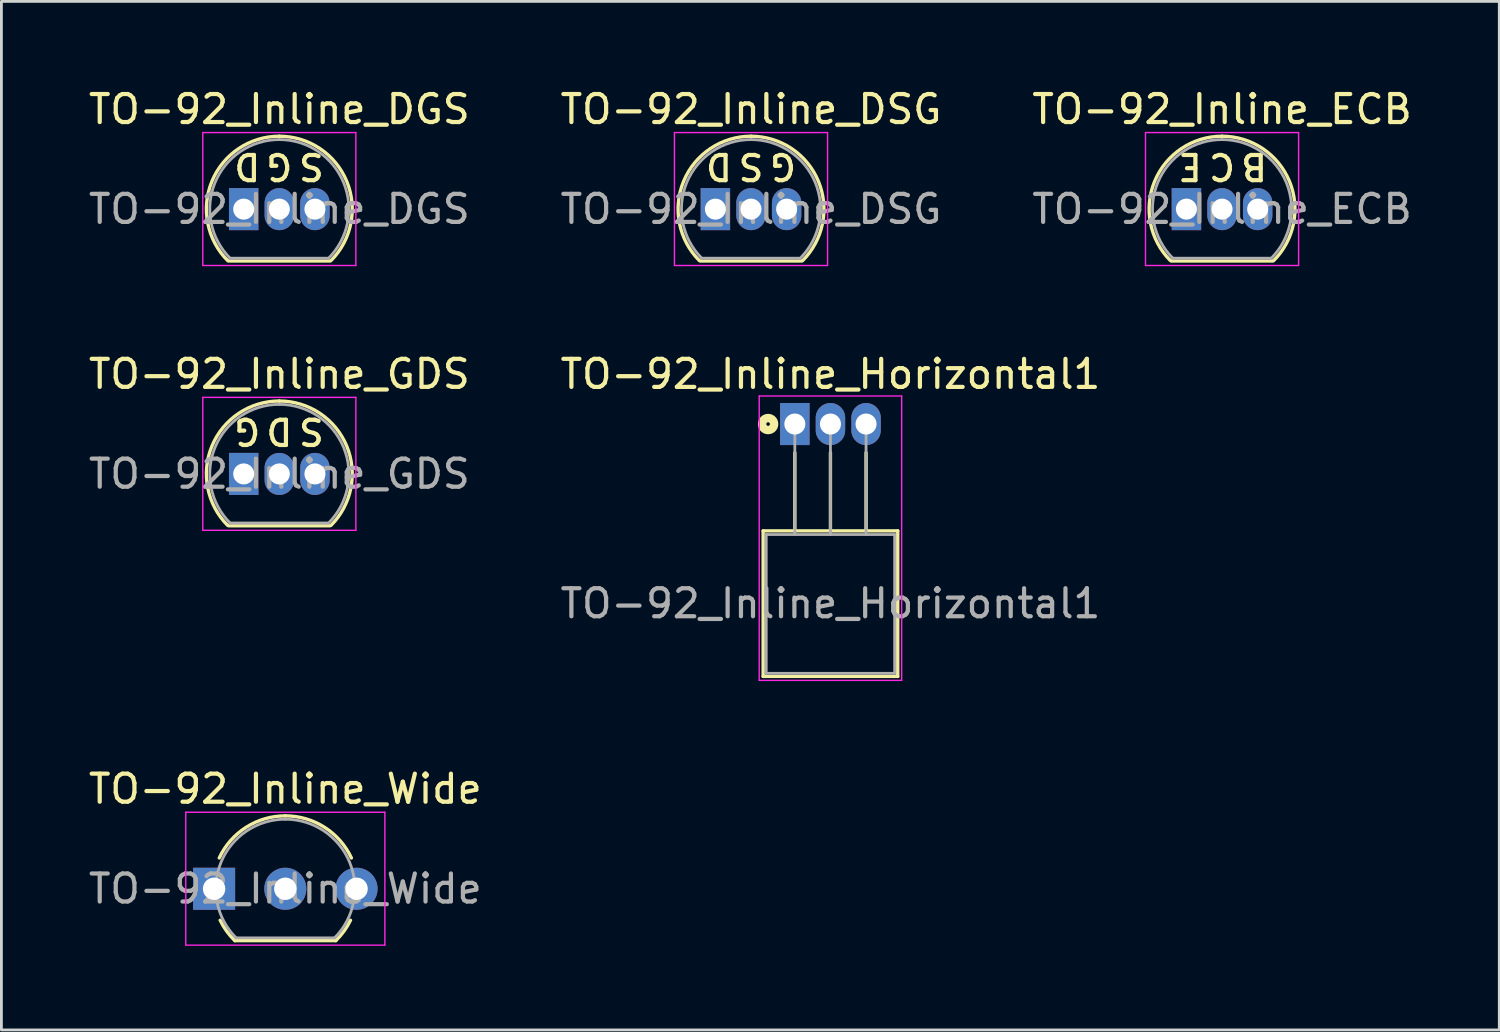
<source format=kicad_pcb>
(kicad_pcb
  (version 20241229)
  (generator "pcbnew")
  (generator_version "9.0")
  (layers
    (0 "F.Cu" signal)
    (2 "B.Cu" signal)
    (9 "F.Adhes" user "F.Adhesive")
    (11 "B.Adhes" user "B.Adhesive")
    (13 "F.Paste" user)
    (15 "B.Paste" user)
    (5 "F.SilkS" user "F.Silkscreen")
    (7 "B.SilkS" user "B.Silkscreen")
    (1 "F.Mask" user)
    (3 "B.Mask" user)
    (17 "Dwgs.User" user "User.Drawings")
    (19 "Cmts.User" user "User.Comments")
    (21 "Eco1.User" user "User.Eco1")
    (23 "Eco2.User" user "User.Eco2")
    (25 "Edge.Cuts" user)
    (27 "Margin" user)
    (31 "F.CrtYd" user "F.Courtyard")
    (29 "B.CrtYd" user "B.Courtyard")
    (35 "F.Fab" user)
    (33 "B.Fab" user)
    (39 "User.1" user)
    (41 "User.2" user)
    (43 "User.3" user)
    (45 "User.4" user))
  (footprint "TO-92_Inline_ECB"
    (layer "F.Cu")
    (at 39.26 4.408)
    (property "Reference" "TO-92_Inline_ECB" (at 1.27 -3.56 0) (layer "F.SilkS") (effects (font (size 1 1) (thickness 0.15))))
    (fp_line (start -0.53 1.85) (end 3.07 1.85) (stroke (width 0.12) (type solid)) (layer "F.SilkS"))
    (fp_arc (start -0.568478 1.838478) (mid -1.132087 -0.994977) (end 1.27 -2.6) (stroke (width 0.12) (type solid)) (layer "F.SilkS"))
    (fp_arc (start 1.27 -2.6) (mid 3.672087 -0.994977) (end 3.108478 1.838478) (stroke (width 0.12) (type solid)) (layer "F.SilkS"))
    (fp_line (start -1.46 -2.73) (end -1.46 2.01) (stroke (width 0.05) (type solid)) (layer "F.CrtYd"))
    (fp_line (start -1.46 -2.73) (end 4 -2.73) (stroke (width 0.05) (type solid)) (layer "F.CrtYd"))
    (fp_line (start 4 2.01) (end -1.46 2.01) (stroke (width 0.05) (type solid)) (layer "F.CrtYd"))
    (fp_line (start 4 2.01) (end 4 -2.73) (stroke (width 0.05) (type solid)) (layer "F.CrtYd"))
    (fp_line (start -0.5 1.75) (end 3 1.75) (stroke (width 0.1) (type solid)) (layer "F.Fab"))
    (fp_arc (start -0.483625 1.753625) (mid -1.021221 -0.949055) (end 1.27 -2.48) (stroke (width 0.1) (type solid)) (layer "F.Fab"))
    (fp_arc (start 1.27 -2.48) (mid 3.561221 -0.949055) (end 3.023625 1.753625) (stroke (width 0.1) (type solid)) (layer "F.Fab"))
    (fp_text user "C" (at 1.27 -1.524 180) (unlocked yes) (layer "F.SilkS") (effects (font (size 0.9 0.9) (thickness 0.15))))
    (fp_text user "B" (at 2.413 -1.524 180) (unlocked yes) (layer "F.SilkS") (effects (font (size 0.9 0.9) (thickness 0.15))))
    (fp_text user "E" (at 0.127 -1.524 180) (unlocked yes) (layer "F.SilkS") (effects (font (size 0.9 0.9) (thickness 0.15))))
    (fp_text user "${REFERENCE}" (at 1.27 0 0) (layer "F.Fab") (effects (font (size 1 1) (thickness 0.15))))
    (pad "1" thru_hole rect (at 0 0) (size 1.05 1.5) (drill 0.75) (layers "*.Cu" "*.Mask"))
    (pad "2" thru_hole oval (at 1.27 0) (size 1.05 1.5) (drill 0.75) (layers "*.Cu" "*.Mask"))
    (pad "3" thru_hole oval (at 2.54 0) (size 1.05 1.5) (drill 0.75) (layers "*.Cu" "*.Mask")))
  (footprint "TO-92_Inline_Wide"
    (layer "F.Cu")
    (at 4.585 28.645)
    (property "Reference" "TO-92_Inline_Wide" (at 2.54 -3.56 0) (layer "F.SilkS") (effects (font (size 1 1) (thickness 0.15))))
    (attr through_hole)
    (fp_line (start 0.74 1.85) (end 4.34 1.85) (stroke (width 0.12) (type solid)) (layer "F.SilkS"))
    (fp_arc (start 0.1836 -1.098807) (mid 1.143021 -2.192817) (end 2.54 -2.6) (stroke (width 0.12) (type solid)) (layer "F.SilkS"))
    (fp_arc (start 0.74 1.85) (mid 0.446097 1.509328) (end 0.215816 1.122795) (stroke (width 0.12) (type solid)) (layer "F.SilkS"))
    (fp_arc (start 2.54 -2.6) (mid 3.936979 -2.192818) (end 4.8964 -1.098807) (stroke (width 0.12) (type solid)) (layer "F.SilkS"))
    (fp_arc (start 4.864184 1.122795) (mid 4.633903 1.509328) (end 4.34 1.85) (stroke (width 0.12) (type solid)) (layer "F.SilkS"))
    (fp_line (start -1.01 -2.73) (end -1.01 2.01) (stroke (width 0.05) (type solid)) (layer "F.CrtYd"))
    (fp_line (start -1.01 -2.73) (end 6.09 -2.73) (stroke (width 0.05) (type solid)) (layer "F.CrtYd"))
    (fp_line (start 6.09 2.01) (end -1.01 2.01) (stroke (width 0.05) (type solid)) (layer "F.CrtYd"))
    (fp_line (start 6.09 2.01) (end 6.09 -2.73) (stroke (width 0.05) (type solid)) (layer "F.CrtYd"))
    (fp_line (start 0.8 1.75) (end 4.3 1.75) (stroke (width 0.1) (type solid)) (layer "F.Fab"))
    (fp_arc (start 0.786375 1.753625) (mid 0.248779 -0.949055) (end 2.54 -2.48) (stroke (width 0.1) (type solid)) (layer "F.Fab"))
    (fp_arc (start 2.54 -2.48) (mid 4.831221 -0.949055) (end 4.293625 1.753625) (stroke (width 0.1) (type solid)) (layer "F.Fab"))
    (fp_text user "${REFERENCE}" (at 2.54 0 0) (layer "F.Fab") (effects (font (size 1 1) (thickness 0.15))))
    (pad "1" thru_hole rect (at 0 0 90) (size 1.5 1.5) (drill 0.8) (layers "*.Cu" "*.Mask"))
    (pad "2" thru_hole circle (at 2.54 0 90) (size 1.5 1.5) (drill 0.8) (layers "*.Cu" "*.Mask"))
    (pad "3" thru_hole circle (at 5.08 0 90) (size 1.5 1.5) (drill 0.8) (layers "*.Cu" "*.Mask")))
  (footprint "TO-92_Inline_DGS"
    (layer "F.Cu")
    (at 5.641 4.408)
    (property "Reference" "TO-92_Inline_DGS" (at 1.27 -3.56 0) (layer "F.SilkS") (effects (font (size 1 1) (thickness 0.15))))
    (fp_line (start -0.53 1.85) (end 3.07 1.85) (stroke (width 0.12) (type solid)) (layer "F.SilkS"))
    (fp_arc (start -0.568478 1.838478) (mid -1.132087 -0.994977) (end 1.27 -2.6) (stroke (width 0.12) (type solid)) (layer "F.SilkS"))
    (fp_arc (start 1.27 -2.6) (mid 3.672087 -0.994977) (end 3.108478 1.838478) (stroke (width 0.12) (type solid)) (layer "F.SilkS"))
    (fp_line (start -1.46 -2.73) (end -1.46 2.01) (stroke (width 0.05) (type solid)) (layer "F.CrtYd"))
    (fp_line (start -1.46 -2.73) (end 4 -2.73) (stroke (width 0.05) (type solid)) (layer "F.CrtYd"))
    (fp_line (start 4 2.01) (end -1.46 2.01) (stroke (width 0.05) (type solid)) (layer "F.CrtYd"))
    (fp_line (start 4 2.01) (end 4 -2.73) (stroke (width 0.05) (type solid)) (layer "F.CrtYd"))
    (fp_line (start -0.5 1.75) (end 3 1.75) (stroke (width 0.1) (type solid)) (layer "F.Fab"))
    (fp_arc (start -0.483625 1.753625) (mid -1.021221 -0.949055) (end 1.27 -2.48) (stroke (width 0.1) (type solid)) (layer "F.Fab"))
    (fp_arc (start 1.27 -2.48) (mid 3.561221 -0.949055) (end 3.023625 1.753625) (stroke (width 0.1) (type solid)) (layer "F.Fab"))
    (fp_text user "G" (at 1.27 -1.524 180) (unlocked yes) (layer "F.SilkS") (effects (font (size 0.9 0.9) (thickness 0.15))))
    (fp_text user "D" (at 0.127 -1.524 180) (unlocked yes) (layer "F.SilkS") (effects (font (size 0.9 0.9) (thickness 0.15))))
    (fp_text user "S" (at 2.413 -1.524 180) (unlocked yes) (layer "F.SilkS") (effects (font (size 0.9 0.9) (thickness 0.15))))
    (fp_text user "${REFERENCE}" (at 1.27 0 0) (layer "F.Fab") (effects (font (size 1 1) (thickness 0.15))))
    (pad "1" thru_hole rect (at 0 0) (size 1.05 1.5) (drill 0.75) (layers "*.Cu" "*.Mask"))
    (pad "2" thru_hole oval (at 1.27 0) (size 1.05 1.5) (drill 0.75) (layers "*.Cu" "*.Mask"))
    (pad "3" thru_hole oval (at 2.54 0) (size 1.05 1.5) (drill 0.75) (layers "*.Cu" "*.Mask")))
  (footprint "TO-92_Inline_Horizontal1"
    (layer "F.Cu")
    (at 25.295 12.072)
    (property "Reference" "TO-92_Inline_Horizontal1" (at 1.27 -1.78 0) (layer "F.SilkS") (effects (font (size 1 1) (thickness 0.15))))
    (attr through_hole)
    (fp_line (start -1.13 3.81) (end 3.67 3.81) (stroke (width 0.12) (type solid)) (layer "F.SilkS"))
    (fp_line (start -1.13 9) (end -1.13 3.81) (stroke (width 0.12) (type solid)) (layer "F.SilkS"))
    (fp_line (start 0 1.02) (end 0 3.81) (stroke (width 0.12) (type solid)) (layer "F.SilkS"))
    (fp_line (start 1.27 1.02) (end 1.27 3.81) (stroke (width 0.12) (type solid)) (layer "F.SilkS"))
    (fp_line (start 2.54 1.02) (end 2.54 3.81) (stroke (width 0.12) (type solid)) (layer "F.SilkS"))
    (fp_line (start 3.67 3.81) (end 3.67 9) (stroke (width 0.12) (type solid)) (layer "F.SilkS"))
    (fp_line (start 3.67 9) (end -1.13 9) (stroke (width 0.12) (type solid)) (layer "F.SilkS"))
    (fp_circle (center -0.953 0) (end -0.889 0) (stroke (width 0.3) (type solid)) (fill no) (layer "F.SilkS"))
    (fp_line (start -1.27 -1) (end -1.27 9.14) (stroke (width 0.05) (type solid)) (layer "F.CrtYd"))
    (fp_line (start -1.27 -1) (end 3.81 -1) (stroke (width 0.05) (type solid)) (layer "F.CrtYd"))
    (fp_line (start 3.81 9.14) (end -1.27 9.14) (stroke (width 0.05) (type solid)) (layer "F.CrtYd"))
    (fp_line (start 3.81 9.14) (end 3.81 -1) (stroke (width 0.05) (type solid)) (layer "F.CrtYd"))
    (fp_line (start -1.02 3.94) (end 3.56 3.94) (stroke (width 0.1) (type solid)) (layer "F.Fab"))
    (fp_line (start -1.02 8.89) (end -1.02 3.94) (stroke (width 0.1) (type solid)) (layer "F.Fab"))
    (fp_line (start 0 3.94) (end 0 0) (stroke (width 0.1) (type solid)) (layer "F.Fab"))
    (fp_line (start 1.27 3.94) (end 1.27 0) (stroke (width 0.1) (type solid)) (layer "F.Fab"))
    (fp_line (start 2.54 3.94) (end 2.54 0) (stroke (width 0.1) (type solid)) (layer "F.Fab"))
    (fp_line (start 3.56 3.94) (end 3.56 8.89) (stroke (width 0.1) (type solid)) (layer "F.Fab"))
    (fp_line (start 3.56 8.89) (end -1.02 8.89) (stroke (width 0.1) (type solid)) (layer "F.Fab"))
    (fp_text user "${REFERENCE}" (at 1.27 6.4 0) (layer "F.Fab") (effects (font (size 1 1) (thickness 0.15))))
    (pad "1" thru_hole rect (at 0 0) (size 1.05 1.5) (drill 0.75) (layers "*.Cu" "*.Mask"))
    (pad "2" thru_hole oval (at 1.27 0) (size 1.05 1.5) (drill 0.75) (layers "*.Cu" "*.Mask"))
    (pad "3" thru_hole oval (at 2.54 0) (size 1.05 1.5) (drill 0.75) (layers "*.Cu" "*.Mask")))
  (footprint "TO-92_Inline_DSG"
    (layer "F.Cu")
    (at 22.462 4.408)
    (property "Reference" "TO-92_Inline_DSG" (at 1.27 -3.56 0) (layer "F.SilkS") (effects (font (size 1 1) (thickness 0.15))))
    (fp_line (start -0.53 1.85) (end 3.07 1.85) (stroke (width 0.12) (type solid)) (layer "F.SilkS"))
    (fp_arc (start -0.568478 1.838478) (mid -1.132087 -0.994977) (end 1.27 -2.6) (stroke (width 0.12) (type solid)) (layer "F.SilkS"))
    (fp_arc (start 1.27 -2.6) (mid 3.672087 -0.994977) (end 3.108478 1.838478) (stroke (width 0.12) (type solid)) (layer "F.SilkS"))
    (fp_line (start -1.46 -2.73) (end -1.46 2.01) (stroke (width 0.05) (type solid)) (layer "F.CrtYd"))
    (fp_line (start -1.46 -2.73) (end 4 -2.73) (stroke (width 0.05) (type solid)) (layer "F.CrtYd"))
    (fp_line (start 4 2.01) (end -1.46 2.01) (stroke (width 0.05) (type solid)) (layer "F.CrtYd"))
    (fp_line (start 4 2.01) (end 4 -2.73) (stroke (width 0.05) (type solid)) (layer "F.CrtYd"))
    (fp_line (start -0.5 1.75) (end 3 1.75) (stroke (width 0.1) (type solid)) (layer "F.Fab"))
    (fp_arc (start -0.483625 1.753625) (mid -1.021221 -0.949055) (end 1.27 -2.48) (stroke (width 0.1) (type solid)) (layer "F.Fab"))
    (fp_arc (start 1.27 -2.48) (mid 3.561221 -0.949055) (end 3.023625 1.753625) (stroke (width 0.1) (type solid)) (layer "F.Fab"))
    (fp_text user "D" (at 0.127 -1.524 180) (unlocked yes) (layer "F.SilkS") (effects (font (size 0.9 0.9) (thickness 0.15))))
    (fp_text user "G" (at 2.413 -1.524 180) (unlocked yes) (layer "F.SilkS") (effects (font (size 0.9 0.9) (thickness 0.15))))
    (fp_text user "S" (at 1.27 -1.524 180) (unlocked yes) (layer "F.SilkS") (effects (font (size 0.9 0.9) (thickness 0.15))))
    (fp_text user "${REFERENCE}" (at 1.27 0 0) (layer "F.Fab") (effects (font (size 1 1) (thickness 0.15))))
    (pad "1" thru_hole rect (at 0 0) (size 1.05 1.5) (drill 0.75) (layers "*.Cu" "*.Mask"))
    (pad "2" thru_hole oval (at 1.27 0) (size 1.05 1.5) (drill 0.75) (layers "*.Cu" "*.Mask"))
    (pad "3" thru_hole oval (at 2.54 0) (size 1.05 1.5) (drill 0.75) (layers "*.Cu" "*.Mask")))
  (footprint "TO-92_Inline_GDS"
    (layer "F.Cu")
    (at 5.641 13.851)
    (property "Reference" "TO-92_Inline_GDS" (at 1.27 -3.56 0) (layer "F.SilkS") (effects (font (size 1 1) (thickness 0.15))))
    (fp_line (start -0.53 1.85) (end 3.07 1.85) (stroke (width 0.12) (type solid)) (layer "F.SilkS"))
    (fp_arc (start -0.568478 1.838478) (mid -1.132087 -0.994977) (end 1.27 -2.6) (stroke (width 0.12) (type solid)) (layer "F.SilkS"))
    (fp_arc (start 1.27 -2.6) (mid 3.672087 -0.994977) (end 3.108478 1.838478) (stroke (width 0.12) (type solid)) (layer "F.SilkS"))
    (fp_line (start -1.46 -2.73) (end -1.46 2.01) (stroke (width 0.05) (type solid)) (layer "F.CrtYd"))
    (fp_line (start -1.46 -2.73) (end 4 -2.73) (stroke (width 0.05) (type solid)) (layer "F.CrtYd"))
    (fp_line (start 4 2.01) (end -1.46 2.01) (stroke (width 0.05) (type solid)) (layer "F.CrtYd"))
    (fp_line (start 4 2.01) (end 4 -2.73) (stroke (width 0.05) (type solid)) (layer "F.CrtYd"))
    (fp_line (start -0.5 1.75) (end 3 1.75) (stroke (width 0.1) (type solid)) (layer "F.Fab"))
    (fp_arc (start -0.483625 1.753625) (mid -1.021221 -0.949055) (end 1.27 -2.48) (stroke (width 0.1) (type solid)) (layer "F.Fab"))
    (fp_arc (start 1.27 -2.48) (mid 3.561221 -0.949055) (end 3.023625 1.753625) (stroke (width 0.1) (type solid)) (layer "F.Fab"))
    (fp_text user "G" (at 0.127 -1.524 180) (unlocked yes) (layer "F.SilkS") (effects (font (size 0.9 0.9) (thickness 0.15))))
    (fp_text user "D" (at 1.27 -1.524 180) (unlocked yes) (layer "F.SilkS") (effects (font (size 0.9 0.9) (thickness 0.15))))
    (fp_text user "S" (at 2.413 -1.524 180) (unlocked yes) (layer "F.SilkS") (effects (font (size 0.9 0.9) (thickness 0.15))))
    (fp_text user "${REFERENCE}" (at 1.27 0 0) (layer "F.Fab") (effects (font (size 1 1) (thickness 0.15))))
    (pad "1" thru_hole rect (at 0 0) (size 1.05 1.5) (drill 0.75) (layers "*.Cu" "*.Mask"))
    (pad "2" thru_hole oval (at 1.27 0) (size 1.05 1.5) (drill 0.75) (layers "*.Cu" "*.Mask"))
    (pad "3" thru_hole oval (at 2.54 0) (size 1.05 1.5) (drill 0.75) (layers "*.Cu" "*.Mask")))
  (gr_rect
    (start -3 -3)
    (end 50.417 33.68)
    (stroke (width 0.1) (type default))
    (fill no)
    (layer "Edge.Cuts")))
</source>
